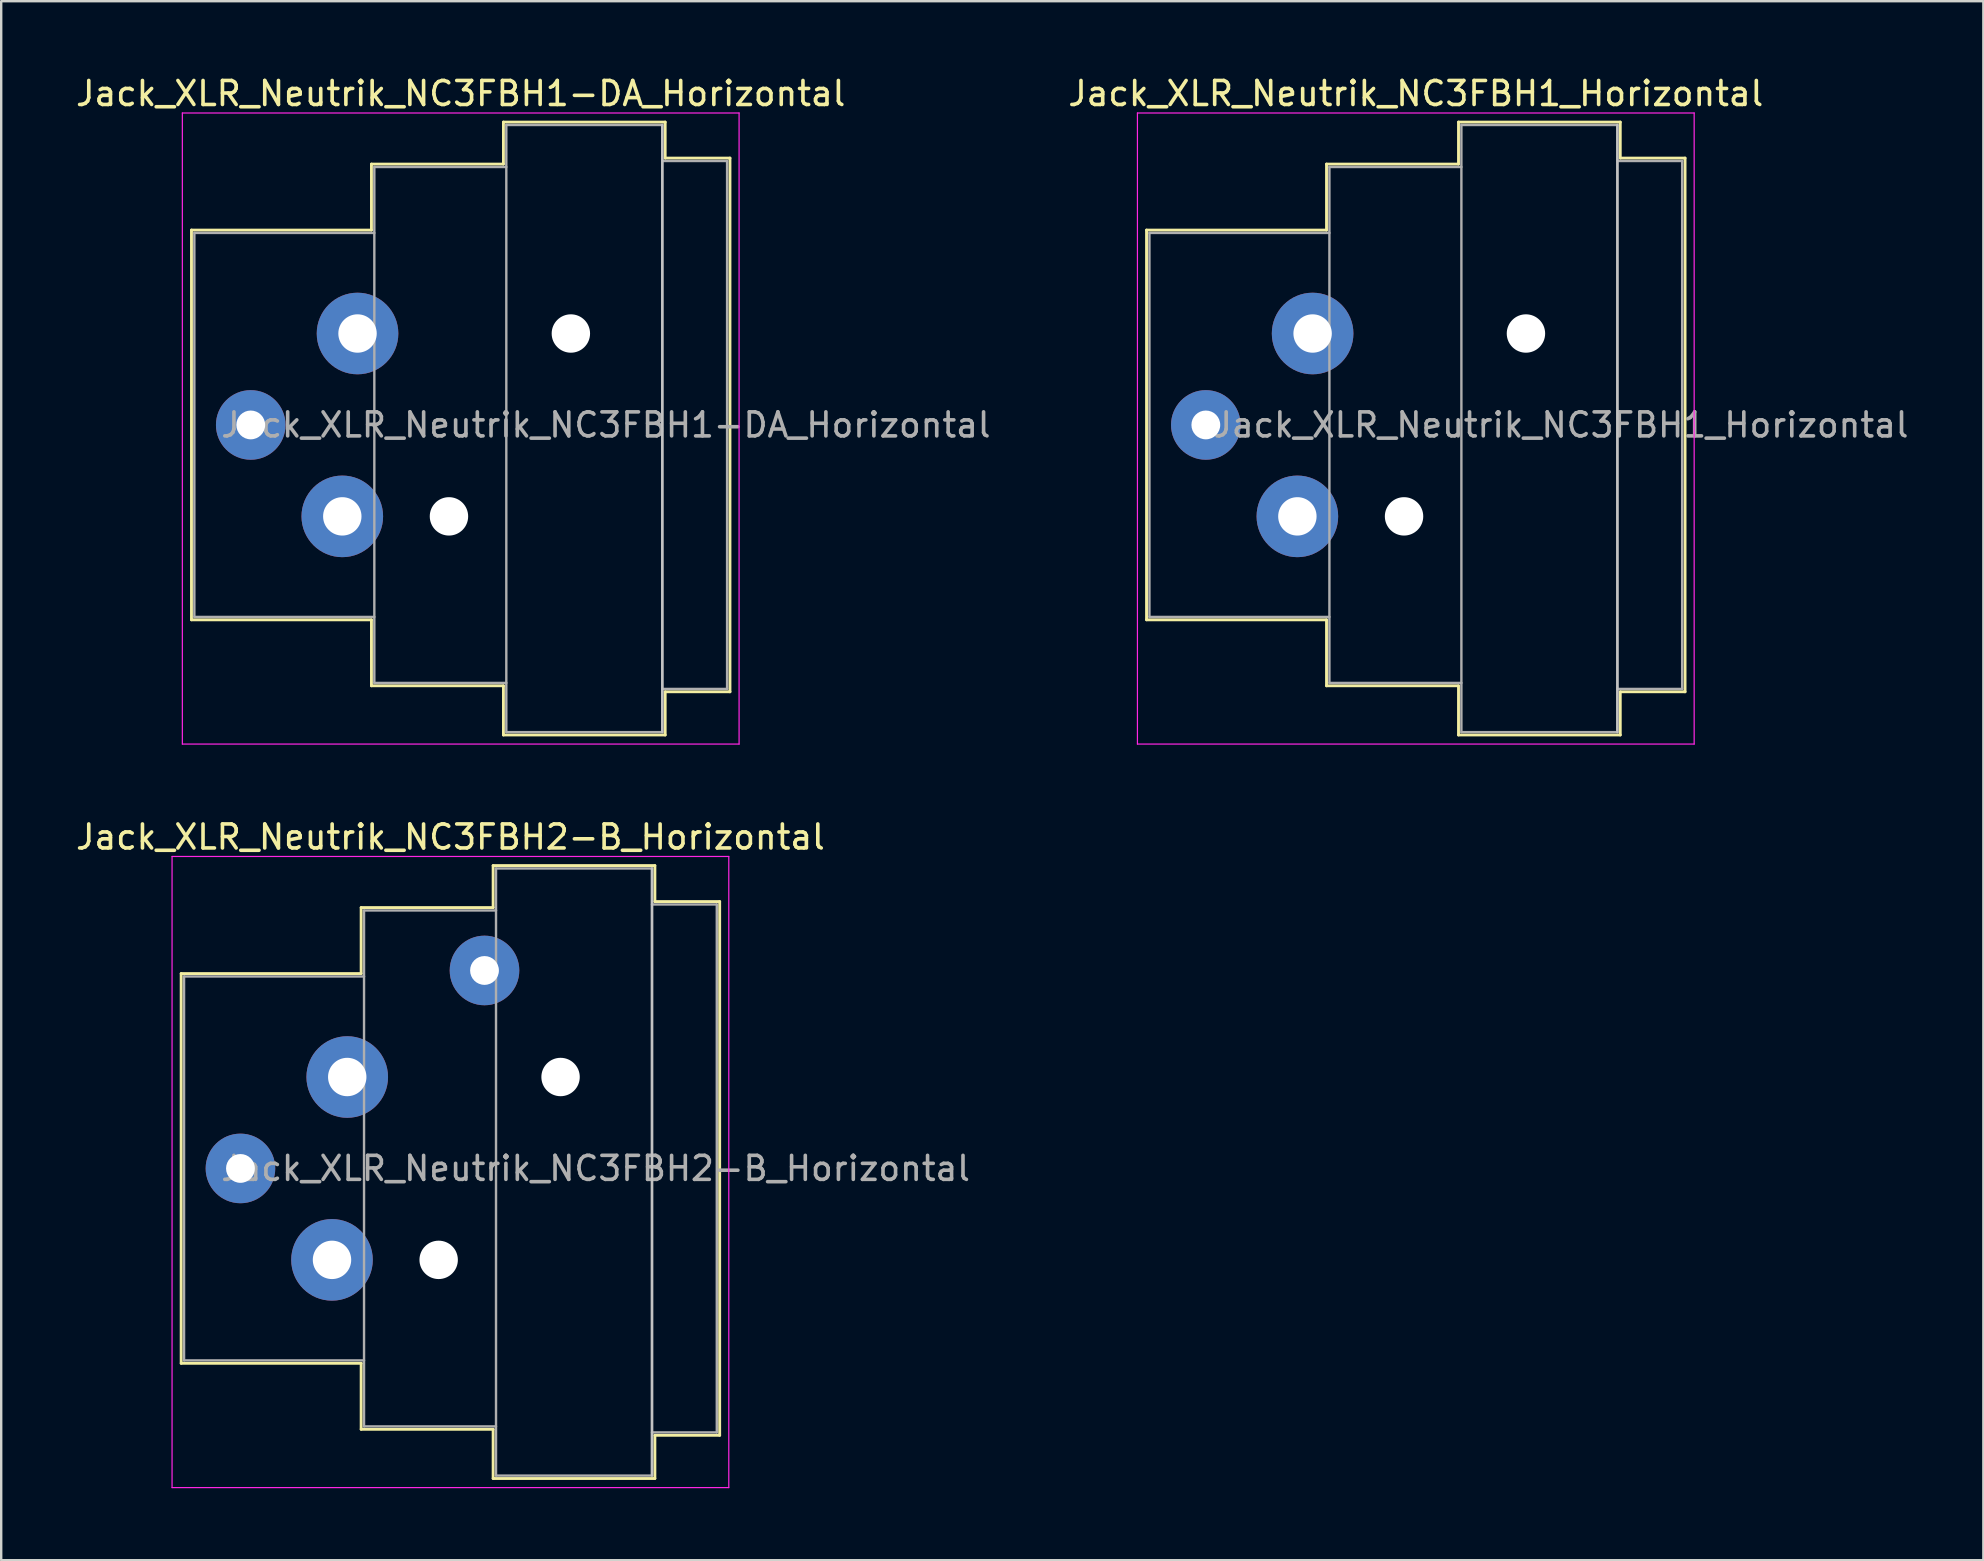
<source format=kicad_pcb>
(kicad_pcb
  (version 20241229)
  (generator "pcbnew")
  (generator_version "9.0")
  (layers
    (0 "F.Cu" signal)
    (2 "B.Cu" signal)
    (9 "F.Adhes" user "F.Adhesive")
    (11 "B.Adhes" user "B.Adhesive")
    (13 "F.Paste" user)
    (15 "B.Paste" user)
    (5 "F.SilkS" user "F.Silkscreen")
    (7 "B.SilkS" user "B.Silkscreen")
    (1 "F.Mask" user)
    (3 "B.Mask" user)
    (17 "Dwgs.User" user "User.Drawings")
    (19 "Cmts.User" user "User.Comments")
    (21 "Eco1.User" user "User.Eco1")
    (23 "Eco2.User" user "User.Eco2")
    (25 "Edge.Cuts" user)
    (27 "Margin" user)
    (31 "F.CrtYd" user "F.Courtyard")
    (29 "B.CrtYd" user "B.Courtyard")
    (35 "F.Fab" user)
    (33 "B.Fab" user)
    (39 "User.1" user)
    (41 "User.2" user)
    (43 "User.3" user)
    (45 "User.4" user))
  (footprint "Jack_XLR_Neutrik_NC3FBH2-B_Horizontal"
    (layer "F.Cu")
    (at 11.42 41.831)
    (property "Reference" "Jack_XLR_Neutrik_NC3FBH2-B_Horizontal" (at 4.3 -10 0) (layer "F.SilkS") (effects (font (size 1 1) (thickness 0.15))))
    (attr through_hole)
    (fp_line (start -6.92 -4.31) (end -6.92 11.93) (stroke (width 0.12) (type solid)) (layer "F.SilkS"))
    (fp_line (start 0.58 -7.06) (end 0.58 -4.31) (stroke (width 0.12) (type solid)) (layer "F.SilkS"))
    (fp_line (start 0.58 -4.31) (end -6.92 -4.31) (stroke (width 0.12) (type solid)) (layer "F.SilkS"))
    (fp_line (start 0.58 11.93) (end -6.92 11.93) (stroke (width 0.12) (type solid)) (layer "F.SilkS"))
    (fp_line (start 0.58 11.93) (end 0.58 14.68) (stroke (width 0.12) (type solid)) (layer "F.SilkS"))
    (fp_line (start 6.08 -7.06) (end 0.58 -7.06) (stroke (width 0.12) (type solid)) (layer "F.SilkS"))
    (fp_line (start 6.08 -7.06) (end 6.08 -8.81) (stroke (width 0.12) (type solid)) (layer "F.SilkS"))
    (fp_line (start 6.08 14.68) (end 0.58 14.68) (stroke (width 0.12) (type solid)) (layer "F.SilkS"))
    (fp_line (start 6.08 16.73) (end 6.08 14.68) (stroke (width 0.12) (type solid)) (layer "F.SilkS"))
    (fp_line (start 12.82 -8.81) (end 6.08 -8.81) (stroke (width 0.12) (type solid)) (layer "F.SilkS"))
    (fp_line (start 12.82 -8.81) (end 12.82 -7.31) (stroke (width 0.12) (type solid)) (layer "F.SilkS"))
    (fp_line (start 12.82 -7.31) (end 15.52 -7.31) (stroke (width 0.12) (type solid)) (layer "F.SilkS"))
    (fp_line (start 12.82 14.93) (end 12.82 16.73) (stroke (width 0.12) (type solid)) (layer "F.SilkS"))
    (fp_line (start 12.82 14.93) (end 15.52 14.93) (stroke (width 0.12) (type solid)) (layer "F.SilkS"))
    (fp_line (start 12.82 16.73) (end 6.08 16.73) (stroke (width 0.12) (type solid)) (layer "F.SilkS"))
    (fp_line (start 15.52 -7.31) (end 15.52 14.93) (stroke (width 0.12) (type solid)) (layer "F.SilkS"))
    (fp_line (start 12.7 -8.69) (end 12.7 16.61) (stroke (width 0.1) (type solid)) (layer "Dwgs.User"))
    (fp_line (start -7.3 -9.19) (end -7.3 17.11) (stroke (width 0.05) (type solid)) (layer "F.CrtYd"))
    (fp_line (start 15.9 -9.19) (end -7.3 -9.19) (stroke (width 0.05) (type solid)) (layer "F.CrtYd"))
    (fp_line (start 15.9 -9.19) (end 15.9 17.11) (stroke (width 0.05) (type solid)) (layer "F.CrtYd"))
    (fp_line (start 15.9 17.11) (end -7.3 17.11) (stroke (width 0.05) (type solid)) (layer "F.CrtYd"))
    (fp_line (start -6.8 -4.19) (end -6.8 11.81) (stroke (width 0.1) (type solid)) (layer "F.Fab"))
    (fp_line (start -6.8 11.81) (end 0.7 11.81) (stroke (width 0.1) (type solid)) (layer "F.Fab"))
    (fp_line (start 0.7 -6.94) (end 0.7 14.56) (stroke (width 0.1) (type solid)) (layer "F.Fab"))
    (fp_line (start 0.7 -4.19) (end -6.8 -4.19) (stroke (width 0.1) (type solid)) (layer "F.Fab"))
    (fp_line (start 0.7 14.56) (end 6.2 14.56) (stroke (width 0.1) (type solid)) (layer "F.Fab"))
    (fp_line (start 6.2 -8.69) (end 12.7 -8.69) (stroke (width 0.1) (type solid)) (layer "F.Fab"))
    (fp_line (start 6.2 -6.94) (end 0.7 -6.94) (stroke (width 0.1) (type solid)) (layer "F.Fab"))
    (fp_line (start 6.2 16.61) (end 6.2 -8.69) (stroke (width 0.1) (type solid)) (layer "F.Fab"))
    (fp_line (start 12.7 -8.69) (end 12.7 16.61) (stroke (width 0.1) (type solid)) (layer "F.Fab"))
    (fp_line (start 12.7 -7.19) (end 15.4 -7.19) (stroke (width 0.1) (type solid)) (layer "F.Fab"))
    (fp_line (start 12.7 16.61) (end 6.2 16.61) (stroke (width 0.1) (type solid)) (layer "F.Fab"))
    (fp_line (start 15.4 -7.19) (end 15.4 14.81) (stroke (width 0.1) (type solid)) (layer "F.Fab"))
    (fp_line (start 15.4 14.81) (end 12.7 14.81) (stroke (width 0.1) (type solid)) (layer "F.Fab"))
    (fp_text user "${REFERENCE}" (at 10.35 3.81 0) (layer "F.Fab") (effects (font (size 1 1) (thickness 0.15))))
    (pad "" np_thru_hole circle (at 3.81 7.62) (size 1.6 1.6) (drill 1.6) (layers "*.Cu" "*.Mask"))
    (pad "" np_thru_hole circle (at 8.89 0) (size 1.6 1.6) (drill 1.6) (layers "*.Cu" "*.Mask"))
    (pad "1" thru_hole circle (at 0 0) (size 3.4 3.4) (drill 1.6) (layers "*.Cu" "*.Mask"))
    (pad "2" thru_hole circle (at -0.635 7.62) (size 3.4 3.4) (drill 1.6) (layers "*.Cu" "*.Mask"))
    (pad "3" thru_hole circle (at -4.45 3.81) (size 2.9 2.9) (drill 1.2) (layers "*.Cu" "*.Mask"))
    (pad "G" thru_hole circle (at 5.72 -4.44) (size 2.9 2.9) (drill 1.2) (layers "*.Cu" "*.Mask")))
  (footprint "Jack_XLR_Neutrik_NC3FBH1_Horizontal"
    (layer "F.Cu")
    (at 51.649 10.848)
    (property "Reference" "Jack_XLR_Neutrik_NC3FBH1_Horizontal" (at 4.3 -10 0) (layer "F.SilkS") (effects (font (size 1 1) (thickness 0.15))))
    (attr through_hole)
    (fp_line (start -6.92 -4.31) (end -6.92 11.93) (stroke (width 0.12) (type solid)) (layer "F.SilkS"))
    (fp_line (start 0.58 -7.06) (end 0.58 -4.31) (stroke (width 0.12) (type solid)) (layer "F.SilkS"))
    (fp_line (start 0.58 -4.31) (end -6.92 -4.31) (stroke (width 0.12) (type solid)) (layer "F.SilkS"))
    (fp_line (start 0.58 11.93) (end -6.92 11.93) (stroke (width 0.12) (type solid)) (layer "F.SilkS"))
    (fp_line (start 0.58 11.93) (end 0.58 14.68) (stroke (width 0.12) (type solid)) (layer "F.SilkS"))
    (fp_line (start 6.08 -7.06) (end 0.58 -7.06) (stroke (width 0.12) (type solid)) (layer "F.SilkS"))
    (fp_line (start 6.08 -7.06) (end 6.08 -8.81) (stroke (width 0.12) (type solid)) (layer "F.SilkS"))
    (fp_line (start 6.08 14.68) (end 0.58 14.68) (stroke (width 0.12) (type solid)) (layer "F.SilkS"))
    (fp_line (start 6.08 16.73) (end 6.08 14.68) (stroke (width 0.12) (type solid)) (layer "F.SilkS"))
    (fp_line (start 12.82 -8.81) (end 6.08 -8.81) (stroke (width 0.12) (type solid)) (layer "F.SilkS"))
    (fp_line (start 12.82 -8.81) (end 12.82 -7.31) (stroke (width 0.12) (type solid)) (layer "F.SilkS"))
    (fp_line (start 12.82 -7.31) (end 15.52 -7.31) (stroke (width 0.12) (type solid)) (layer "F.SilkS"))
    (fp_line (start 12.82 14.93) (end 12.82 16.73) (stroke (width 0.12) (type solid)) (layer "F.SilkS"))
    (fp_line (start 12.82 14.93) (end 15.52 14.93) (stroke (width 0.12) (type solid)) (layer "F.SilkS"))
    (fp_line (start 12.82 16.73) (end 6.08 16.73) (stroke (width 0.12) (type solid)) (layer "F.SilkS"))
    (fp_line (start 15.52 -7.31) (end 15.52 14.93) (stroke (width 0.12) (type solid)) (layer "F.SilkS"))
    (fp_line (start 12.7 -8.69) (end 12.7 16.61) (stroke (width 0.1) (type solid)) (layer "Dwgs.User"))
    (fp_line (start -7.3 -9.19) (end -7.3 17.11) (stroke (width 0.05) (type solid)) (layer "F.CrtYd"))
    (fp_line (start 15.9 -9.19) (end -7.3 -9.19) (stroke (width 0.05) (type solid)) (layer "F.CrtYd"))
    (fp_line (start 15.9 -9.19) (end 15.9 17.11) (stroke (width 0.05) (type solid)) (layer "F.CrtYd"))
    (fp_line (start 15.9 17.11) (end -7.3 17.11) (stroke (width 0.05) (type solid)) (layer "F.CrtYd"))
    (fp_line (start -6.8 -4.19) (end -6.8 11.81) (stroke (width 0.1) (type solid)) (layer "F.Fab"))
    (fp_line (start -6.8 11.81) (end 0.7 11.81) (stroke (width 0.1) (type solid)) (layer "F.Fab"))
    (fp_line (start 0.7 -6.94) (end 0.7 14.56) (stroke (width 0.1) (type solid)) (layer "F.Fab"))
    (fp_line (start 0.7 -4.19) (end -6.8 -4.19) (stroke (width 0.1) (type solid)) (layer "F.Fab"))
    (fp_line (start 0.7 14.56) (end 6.2 14.56) (stroke (width 0.1) (type solid)) (layer "F.Fab"))
    (fp_line (start 6.2 -8.69) (end 12.7 -8.69) (stroke (width 0.1) (type solid)) (layer "F.Fab"))
    (fp_line (start 6.2 -6.94) (end 0.7 -6.94) (stroke (width 0.1) (type solid)) (layer "F.Fab"))
    (fp_line (start 6.2 16.61) (end 6.2 -8.69) (stroke (width 0.1) (type solid)) (layer "F.Fab"))
    (fp_line (start 12.7 -8.69) (end 12.7 16.61) (stroke (width 0.1) (type solid)) (layer "F.Fab"))
    (fp_line (start 12.7 -7.19) (end 15.4 -7.19) (stroke (width 0.1) (type solid)) (layer "F.Fab"))
    (fp_line (start 12.7 16.61) (end 6.2 16.61) (stroke (width 0.1) (type solid)) (layer "F.Fab"))
    (fp_line (start 15.4 -7.19) (end 15.4 14.81) (stroke (width 0.1) (type solid)) (layer "F.Fab"))
    (fp_line (start 15.4 14.81) (end 12.7 14.81) (stroke (width 0.1) (type solid)) (layer "F.Fab"))
    (fp_text user "${REFERENCE}" (at 10.35 3.81 0) (layer "F.Fab") (effects (font (size 1 1) (thickness 0.15))))
    (pad "" np_thru_hole circle (at 3.81 7.62) (size 1.6 1.6) (drill 1.6) (layers "*.Cu" "*.Mask"))
    (pad "" np_thru_hole circle (at 8.89 0) (size 1.6 1.6) (drill 1.6) (layers "*.Cu" "*.Mask"))
    (pad "1" thru_hole circle (at 0 0) (size 3.4 3.4) (drill 1.6) (layers "*.Cu" "*.Mask"))
    (pad "2" thru_hole circle (at -0.635 7.62) (size 3.4 3.4) (drill 1.6) (layers "*.Cu" "*.Mask"))
    (pad "3" thru_hole circle (at -4.45 3.81) (size 2.9 2.9) (drill 1.2) (layers "*.Cu" "*.Mask")))
  (footprint "Jack_XLR_Neutrik_NC3FBH1-DA_Horizontal"
    (layer "F.Cu")
    (at 11.849 10.848)
    (property "Reference" "Jack_XLR_Neutrik_NC3FBH1-DA_Horizontal" (at 4.3 -10 0) (layer "F.SilkS") (effects (font (size 1 1) (thickness 0.15))))
    (attr through_hole)
    (fp_line (start -6.92 -4.31) (end -6.92 11.93) (stroke (width 0.12) (type solid)) (layer "F.SilkS"))
    (fp_line (start 0.58 -7.06) (end 0.58 -4.31) (stroke (width 0.12) (type solid)) (layer "F.SilkS"))
    (fp_line (start 0.58 -4.31) (end -6.92 -4.31) (stroke (width 0.12) (type solid)) (layer "F.SilkS"))
    (fp_line (start 0.58 11.93) (end -6.92 11.93) (stroke (width 0.12) (type solid)) (layer "F.SilkS"))
    (fp_line (start 0.58 11.93) (end 0.58 14.68) (stroke (width 0.12) (type solid)) (layer "F.SilkS"))
    (fp_line (start 6.08 -7.06) (end 0.58 -7.06) (stroke (width 0.12) (type solid)) (layer "F.SilkS"))
    (fp_line (start 6.08 -7.06) (end 6.08 -8.81) (stroke (width 0.12) (type solid)) (layer "F.SilkS"))
    (fp_line (start 6.08 14.68) (end 0.58 14.68) (stroke (width 0.12) (type solid)) (layer "F.SilkS"))
    (fp_line (start 6.08 16.73) (end 6.08 14.68) (stroke (width 0.12) (type solid)) (layer "F.SilkS"))
    (fp_line (start 12.82 -8.81) (end 6.08 -8.81) (stroke (width 0.12) (type solid)) (layer "F.SilkS"))
    (fp_line (start 12.82 -8.81) (end 12.82 -7.31) (stroke (width 0.12) (type solid)) (layer "F.SilkS"))
    (fp_line (start 12.82 -7.31) (end 15.52 -7.31) (stroke (width 0.12) (type solid)) (layer "F.SilkS"))
    (fp_line (start 12.82 14.93) (end 12.82 16.73) (stroke (width 0.12) (type solid)) (layer "F.SilkS"))
    (fp_line (start 12.82 14.93) (end 15.52 14.93) (stroke (width 0.12) (type solid)) (layer "F.SilkS"))
    (fp_line (start 12.82 16.73) (end 6.08 16.73) (stroke (width 0.12) (type solid)) (layer "F.SilkS"))
    (fp_line (start 15.52 -7.31) (end 15.52 14.93) (stroke (width 0.12) (type solid)) (layer "F.SilkS"))
    (fp_line (start 12.7 -8.69) (end 12.7 16.61) (stroke (width 0.1) (type solid)) (layer "Dwgs.User"))
    (fp_line (start -7.3 -9.19) (end -7.3 17.11) (stroke (width 0.05) (type solid)) (layer "F.CrtYd"))
    (fp_line (start 15.9 -9.19) (end -7.3 -9.19) (stroke (width 0.05) (type solid)) (layer "F.CrtYd"))
    (fp_line (start 15.9 -9.19) (end 15.9 17.11) (stroke (width 0.05) (type solid)) (layer "F.CrtYd"))
    (fp_line (start 15.9 17.11) (end -7.3 17.11) (stroke (width 0.05) (type solid)) (layer "F.CrtYd"))
    (fp_line (start -6.8 -4.19) (end -6.8 11.81) (stroke (width 0.1) (type solid)) (layer "F.Fab"))
    (fp_line (start -6.8 11.81) (end 0.7 11.81) (stroke (width 0.1) (type solid)) (layer "F.Fab"))
    (fp_line (start 0.7 -6.94) (end 0.7 14.56) (stroke (width 0.1) (type solid)) (layer "F.Fab"))
    (fp_line (start 0.7 -4.19) (end -6.8 -4.19) (stroke (width 0.1) (type solid)) (layer "F.Fab"))
    (fp_line (start 0.7 14.56) (end 6.2 14.56) (stroke (width 0.1) (type solid)) (layer "F.Fab"))
    (fp_line (start 6.2 -8.69) (end 12.7 -8.69) (stroke (width 0.1) (type solid)) (layer "F.Fab"))
    (fp_line (start 6.2 -6.94) (end 0.7 -6.94) (stroke (width 0.1) (type solid)) (layer "F.Fab"))
    (fp_line (start 6.2 16.61) (end 6.2 -8.69) (stroke (width 0.1) (type solid)) (layer "F.Fab"))
    (fp_line (start 12.7 -8.69) (end 12.7 16.61) (stroke (width 0.1) (type solid)) (layer "F.Fab"))
    (fp_line (start 12.7 -7.19) (end 15.4 -7.19) (stroke (width 0.1) (type solid)) (layer "F.Fab"))
    (fp_line (start 12.7 16.61) (end 6.2 16.61) (stroke (width 0.1) (type solid)) (layer "F.Fab"))
    (fp_line (start 15.4 -7.19) (end 15.4 14.81) (stroke (width 0.1) (type solid)) (layer "F.Fab"))
    (fp_line (start 15.4 14.81) (end 12.7 14.81) (stroke (width 0.1) (type solid)) (layer "F.Fab"))
    (fp_text user "${REFERENCE}" (at 10.35 3.81 0) (layer "F.Fab") (effects (font (size 1 1) (thickness 0.15))))
    (pad "" np_thru_hole circle (at 3.81 7.62) (size 1.6 1.6) (drill 1.6) (layers "*.Cu" "*.Mask"))
    (pad "" np_thru_hole circle (at 8.89 0) (size 1.6 1.6) (drill 1.6) (layers "*.Cu" "*.Mask"))
    (pad "1" thru_hole circle (at 0 0) (size 3.4 3.4) (drill 1.6) (layers "*.Cu" "*.Mask"))
    (pad "2" thru_hole circle (at -0.635 7.62) (size 3.4 3.4) (drill 1.6) (layers "*.Cu" "*.Mask"))
    (pad "3" thru_hole circle (at -4.45 3.81) (size 2.9 2.9) (drill 1.2) (layers "*.Cu" "*.Mask")))
  (gr_rect
    (start -3 -3)
    (end 79.6 61.967)
    (stroke (width 0.1) (type default))
    (fill no)
    (layer "Edge.Cuts")))
</source>
